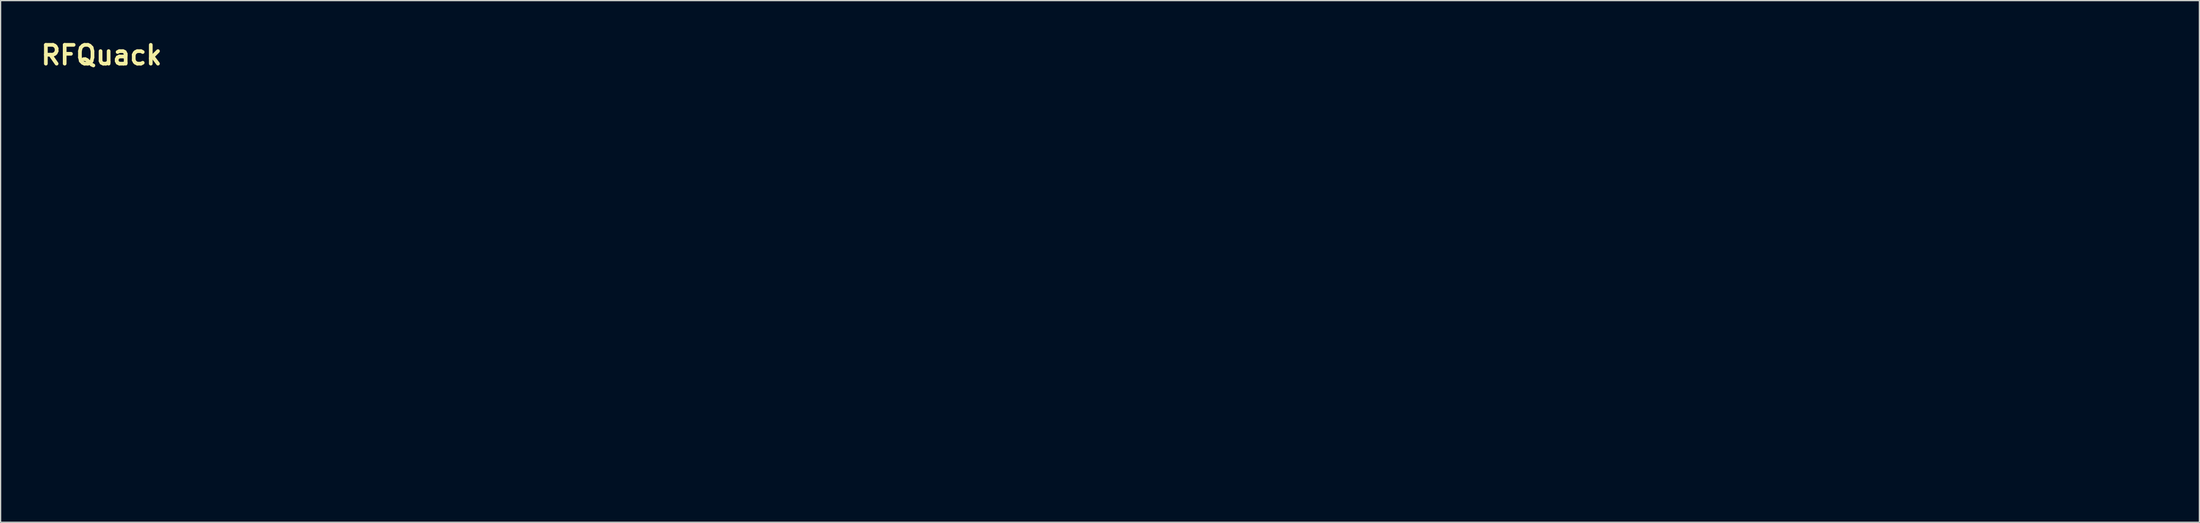
<source format=kicad_pcb>
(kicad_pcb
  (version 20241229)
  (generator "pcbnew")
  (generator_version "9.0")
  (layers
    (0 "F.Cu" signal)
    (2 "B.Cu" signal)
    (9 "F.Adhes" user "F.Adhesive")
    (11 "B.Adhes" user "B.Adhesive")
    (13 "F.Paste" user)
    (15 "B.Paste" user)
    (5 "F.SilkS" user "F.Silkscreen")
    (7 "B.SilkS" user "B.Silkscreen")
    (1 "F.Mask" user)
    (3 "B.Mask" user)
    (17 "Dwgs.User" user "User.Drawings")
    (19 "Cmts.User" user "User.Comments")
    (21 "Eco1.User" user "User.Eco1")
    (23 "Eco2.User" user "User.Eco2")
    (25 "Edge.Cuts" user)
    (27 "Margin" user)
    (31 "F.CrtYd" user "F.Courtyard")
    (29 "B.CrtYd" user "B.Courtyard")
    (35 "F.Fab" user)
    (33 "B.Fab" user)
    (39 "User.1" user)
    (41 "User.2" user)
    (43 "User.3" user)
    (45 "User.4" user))
  (footprint "RFQuack"
    (layer "F.Cu")
    (at 87.66 20.418)
    (property "Reference" "RFQuack" (at -82.5 -19 0) (layer "F.SilkS") (effects (font (size 1.524 1.524) (thickness 0.3))))
    (attr through_hole)
    (fp_poly (pts (xy -36.745 -9.61) (xy -36.788 -9.567) (xy -36.83 -9.61) (xy -36.788 -9.652) (xy -36.745 -9.61)) (stroke (width 0.01) (type solid)) (fill no) (layer "Eco2.User"))
    (fp_poly (pts (xy -30.057 -14.69) (xy -30.099 -14.647) (xy -30.141 -14.69) (xy -30.099 -14.732) (xy -30.057 -14.69)) (stroke (width 0.01) (type solid)) (fill no) (layer "Eco2.User"))
    (fp_poly (pts (xy -11.612 -9.702) (xy -11.522 -9.624) (xy -11.515 -9.605) (xy -11.555 -9.57) (xy -11.639 -9.648) (xy -11.65 -9.665) (xy -11.66 -9.723) (xy -11.612 -9.702)) (stroke (width 0.01) (type solid)) (fill no) (layer "Eco2.User"))
    (fp_poly (pts (xy -36.518 -9.936) (xy -36.534 -9.906) (xy -36.613 -9.825) (xy -36.628 -9.821) (xy -36.634 -9.876) (xy -36.618 -9.906) (xy -36.539 -9.987) (xy -36.524 -9.991) (xy -36.518 -9.936)) (stroke (width 0.01) (type solid)) (fill no) (layer "Eco2.User"))
    (fp_poly (pts (xy -41.233 -10.583) (xy -53.171 -10.583) (xy -53.171 -1.947) (xy -43.095 -1.947) (xy -43.095 2.709) (xy -53.171 2.709) (xy -53.171 14.986) (xy -58.589 14.986) (xy -58.589 -15.24) (xy -41.233 -15.24) (xy -41.233 -10.583)) (stroke (width 0.01) (type solid)) (fill no) (layer "Eco2.User"))
    (fp_poly (pts (xy -17.576 -5.55) (xy -17.4 -5.483) (xy -17.208 -5.386) (xy -17.061 -5.289) (xy -17.018 -5.234) (xy -17.022 -5.185) (xy -17.058 -5.18) (xy -17.167 -5.229) (xy -17.386 -5.344) (xy -17.574 -5.455) (xy -17.669 -5.537) (xy -17.671 -5.555) (xy -17.576 -5.55)) (stroke (width 0.01) (type solid)) (fill no) (layer "Eco2.User"))
    (fp_poly (pts (xy -22.85 -6.597) (xy -22.806 -6.558) (xy -22.88 -6.46) (xy -22.889 -6.449) (xy -23.021 -6.195) (xy -23.009 -5.922) (xy -22.865 -5.676) (xy -22.618 -5.508) (xy -22.407 -5.45) (xy -22.213 -5.491) (xy -22.107 -5.541) (xy -21.844 -5.677) (xy -21.844 -5.442) (xy -21.922 -5.069) (xy -22.13 -4.755) (xy -22.432 -4.519) (xy -22.796 -4.384) (xy -23.183 -4.372) (xy -23.453 -4.449) (xy -23.802 -4.684) (xy -24.022 -5.026) (xy -24.036 -5.09) (xy -23.596 -5.09) (xy -23.488 -4.937) (xy -23.346 -4.848) (xy -23.283 -4.826) (xy -23.181 -4.87) (xy -23.079 -4.937) (xy -22.966 -5.105) (xy -22.993 -5.3) (xy -23.135 -5.451) (xy -23.324 -5.496) (xy -23.485 -5.418) (xy -23.587 -5.267) (xy -23.596 -5.09) (xy -24.036 -5.09) (xy -24.109 -5.41) (xy -24.072 -5.829) (xy -23.896 -6.183) (xy -23.607 -6.445) (xy -23.229 -6.586) (xy -23.037 -6.603) (xy -22.85 -6.597)) (stroke (width 0.01) (type solid)) (fill no) (layer "Eco2.User"))
    (fp_poly (pts (xy -23.381 -15.694) (xy -22.753 -15.676) (xy -22.198 -15.648) (xy -21.749 -15.61) (xy -21.463 -15.568) (xy -21.154 -15.499) (xy -20.972 -15.423) (xy -20.904 -15.308) (xy -20.936 -15.119) (xy -21.056 -14.823) (xy -21.125 -14.671) (xy -21.424 -14.172) (xy -21.839 -13.704) (xy -22.331 -13.303) (xy -22.857 -12.999) (xy -23.368 -12.83) (xy -23.613 -12.778) (xy -23.804 -12.733) (xy -23.812 -12.73) (xy -23.893 -12.727) (xy -23.938 -12.798) (xy -23.956 -12.976) (xy -23.958 -13.223) (xy -23.933 -13.6) (xy -23.866 -13.861) (xy -23.831 -13.923) (xy -23.732 -14.108) (xy -23.707 -14.227) (xy -23.78 -14.414) (xy -23.956 -14.572) (xy -24.172 -14.647) (xy -24.194 -14.647) (xy -24.417 -14.579) (xy -24.572 -14.41) (xy -24.637 -14.192) (xy -24.59 -13.98) (xy -24.511 -13.885) (xy -24.43 -13.74) (xy -24.39 -13.463) (xy -24.384 -13.24) (xy -24.393 -12.964) (xy -24.417 -12.773) (xy -24.448 -12.709) (xy -24.564 -12.73) (xy -24.779 -12.772) (xy -24.871 -12.79) (xy -25.456 -12.98) (xy -26.026 -13.301) (xy -26.541 -13.722) (xy -26.96 -14.209) (xy -27.206 -14.638) (xy -27.367 -15.006) (xy -27.455 -15.248) (xy -27.455 -15.395) (xy -27.356 -15.48) (xy -27.144 -15.535) (xy -26.82 -15.589) (xy -26.452 -15.633) (xy -25.958 -15.666) (xy -25.37 -15.688) (xy -24.723 -15.7) (xy -24.049 -15.702) (xy -23.381 -15.694)) (stroke (width 0.01) (type solid)) (fill no) (layer "Eco2.User"))
    (fp_poly (pts (xy -22.345 -7.796) (xy -21.778 -7.579) (xy -21.302 -7.234) (xy -20.934 -6.778) (xy -20.69 -6.224) (xy -20.594 -5.698) (xy -20.603 -5.096) (xy -20.744 -4.569) (xy -21.03 -4.069) (xy -21.071 -4.015) (xy -21.487 -3.596) (xy -21.996 -3.292) (xy -22.562 -3.115) (xy -23.149 -3.076) (xy -23.72 -3.184) (xy -23.751 -3.195) (xy -24.288 -3.443) (xy -24.703 -3.77) (xy -24.963 -4.091) (xy -25.216 -4.53) (xy -25.353 -4.965) (xy -25.393 -5.411) (xy -25.301 -5.411) (xy -25.221 -4.866) (xy -25.008 -4.352) (xy -24.664 -3.894) (xy -24.188 -3.519) (xy -24.159 -3.501) (xy -23.879 -3.355) (xy -23.608 -3.241) (xy -23.509 -3.209) (xy -23.076 -3.164) (xy -22.586 -3.216) (xy -22.111 -3.354) (xy -21.905 -3.45) (xy -21.418 -3.801) (xy -21.051 -4.24) (xy -20.807 -4.742) (xy -20.689 -5.28) (xy -20.697 -5.827) (xy -20.836 -6.357) (xy -21.106 -6.843) (xy -21.51 -7.26) (xy -21.585 -7.317) (xy -22.025 -7.587) (xy -22.457 -7.736) (xy -22.945 -7.779) (xy -23.22 -7.768) (xy -23.569 -7.731) (xy -23.828 -7.661) (xy -24.076 -7.531) (xy -24.279 -7.394) (xy -24.738 -6.978) (xy -25.06 -6.492) (xy -25.248 -5.961) (xy -25.301 -5.411) (xy -25.393 -5.411) (xy -25.399 -5.47) (xy -25.399 -5.537) (xy -25.32 -6.148) (xy -25.096 -6.693) (xy -24.747 -7.156) (xy -24.29 -7.518) (xy -23.744 -7.761) (xy -23.127 -7.869) (xy -22.987 -7.872) (xy -22.345 -7.796)) (stroke (width 0.01) (type solid)) (fill no) (layer "Eco2.User"))
    (fp_poly (pts (xy 12.579 -6.689) (xy 15.24 -6.689) (xy 15.24 14.986) (xy 10.051 14.986) (xy 10.094 12.996) (xy 10.104 12.436) (xy 10.108 11.937) (xy 10.108 11.523) (xy 10.102 11.216) (xy 10.092 11.04) (xy 10.083 11.007) (xy 10.014 11.074) (xy 9.905 11.244) (xy 9.862 11.323) (xy 9.734 11.535) (xy 9.537 11.83) (xy 9.307 12.154) (xy 9.217 12.275) (xy 8.512 13.08) (xy 7.678 13.796) (xy 6.737 14.407) (xy 5.715 14.899) (xy 4.815 15.207) (xy 4.484 15.294) (xy 4.18 15.357) (xy 3.86 15.401) (xy 3.484 15.43) (xy 3.01 15.45) (xy 2.582 15.46) (xy 1.998 15.469) (xy 1.541 15.466) (xy 1.17 15.447) (xy 0.843 15.411) (xy 0.517 15.355) (xy 0.357 15.322) (xy -0.484 15.107) (xy -1.202 14.847) (xy -1.837 14.526) (xy -2.118 14.35) (xy -2.882 13.742) (xy -3.528 13.014) (xy -4.054 12.167) (xy -4.458 11.207) (xy -4.489 11.112) (xy -4.577 10.841) (xy -4.654 10.596) (xy -4.721 10.366) (xy -4.78 10.138) (xy -4.831 9.902) (xy -4.875 9.645) (xy -4.912 9.356) (xy -4.942 9.022) (xy -4.967 8.633) (xy -4.988 8.177) (xy -5.004 7.642) (xy -5.017 7.015) (xy -5.027 6.287) (xy -5.034 5.444) (xy -5.041 4.475) (xy -5.046 3.369) (xy -5.052 2.113) (xy -5.056 1.122) (xy -5.089 -6.689) (xy 0.339 -6.689) (xy 0.34 0.36) (xy 0.341 1.679) (xy 0.341 2.841) (xy 0.344 3.857) (xy 0.348 4.738) (xy 0.355 5.496) (xy 0.365 6.142) (xy 0.38 6.689) (xy 0.399 7.148) (xy 0.424 7.529) (xy 0.455 7.846) (xy 0.493 8.109) (xy 0.538 8.33) (xy 0.591 8.521) (xy 0.654 8.693) (xy 0.726 8.858) (xy 0.809 9.027) (xy 0.866 9.141) (xy 1.202 9.665) (xy 1.624 10.069) (xy 2.145 10.357) (xy 2.776 10.536) (xy 3.531 10.613) (xy 3.852 10.616) (xy 4.799 10.541) (xy 5.66 10.329) (xy 6.454 9.972) (xy 7.199 9.462) (xy 7.875 8.831) (xy 8.521 8.03) (xy 9.045 7.117) (xy 9.449 6.088) (xy 9.624 5.461) (xy 9.85 4.53) (xy 9.918 -6.689) (xy 12.579 -6.689)) (stroke (width 0.01) (type solid)) (fill no) (layer "Eco2.User"))
    (fp_poly (pts (xy 69.532 -7.133) (xy 69.554 0.974) (xy 70.855 0.997) (xy 71.436 1.002) (xy 71.858 0.992) (xy 72.133 0.966) (xy 72.27 0.925) (xy 72.275 0.921) (xy 72.346 0.833) (xy 72.501 0.619) (xy 72.733 0.292) (xy 73.03 -0.133) (xy 73.383 -0.642) (xy 73.783 -1.222) (xy 74.22 -1.859) (xy 74.685 -2.538) (xy 74.738 -2.616) (xy 75.209 -3.308) (xy 75.658 -3.966) (xy 76.073 -4.575) (xy 76.445 -5.121) (xy 76.763 -5.587) (xy 77.018 -5.96) (xy 77.198 -6.224) (xy 77.293 -6.364) (xy 77.296 -6.368) (xy 77.512 -6.682) (xy 80.454 -6.685) (xy 81.141 -6.685) (xy 81.771 -6.682) (xy 82.325 -6.677) (xy 82.783 -6.67) (xy 83.127 -6.661) (xy 83.338 -6.651) (xy 83.397 -6.642) (xy 83.349 -6.565) (xy 83.214 -6.365) (xy 83.001 -6.056) (xy 82.721 -5.652) (xy 82.383 -5.169) (xy 81.998 -4.62) (xy 81.576 -4.021) (xy 81.35 -3.7) (xy 80.56 -2.583) (xy 79.864 -1.597) (xy 79.253 -0.732) (xy 78.724 0.019) (xy 78.27 0.664) (xy 77.887 1.211) (xy 77.567 1.669) (xy 77.306 2.046) (xy 77.099 2.349) (xy 76.938 2.587) (xy 76.82 2.768) (xy 76.738 2.9) (xy 76.686 2.991) (xy 76.66 3.049) (xy 76.653 3.082) (xy 76.654 3.092) (xy 76.704 3.174) (xy 76.838 3.386) (xy 77.047 3.715) (xy 77.323 4.146) (xy 77.658 4.669) (xy 78.044 5.268) (xy 78.471 5.933) (xy 78.932 6.649) (xy 79.419 7.404) (xy 79.922 8.185) (xy 80.435 8.979) (xy 80.948 9.773) (xy 81.452 10.555) (xy 81.941 11.31) (xy 82.405 12.027) (xy 82.836 12.693) (xy 83.226 13.294) (xy 83.567 13.818) (xy 83.849 14.252) (xy 84.065 14.582) (xy 84.207 14.797) (xy 84.265 14.881) (xy 84.258 14.91) (xy 84.178 14.932) (xy 84.012 14.949) (xy 83.747 14.961) (xy 83.368 14.969) (xy 82.863 14.972) (xy 82.219 14.971) (xy 81.421 14.967) (xy 81.243 14.966) (xy 78.135 14.944) (xy 76.191 11.726) (xy 75.744 10.986) (xy 75.288 10.232) (xy 74.839 9.489) (xy 74.411 8.781) (xy 74.021 8.134) (xy 73.682 7.574) (xy 73.411 7.125) (xy 73.339 7.006) (xy 72.432 5.503) (xy 70.972 5.503) (xy 69.511 5.503) (xy 69.511 14.986) (xy 64.177 14.986) (xy 64.177 -15.24) (xy 69.51 -15.24) (xy 69.532 -7.133)) (stroke (width 0.01) (type solid)) (fill no) (layer "Eco2.User"))
    (fp_poly (pts (xy 53.801 -7.115) (xy 55.013 -6.932) (xy 56.148 -6.656) (xy 56.464 -6.556) (xy 57.248 -6.256) (xy 58.037 -5.885) (xy 58.794 -5.465) (xy 59.484 -5.016) (xy 60.069 -4.56) (xy 60.387 -4.258) (xy 60.619 -4.015) (xy 60.344 -3.595) (xy 60.208 -3.385) (xy 60.002 -3.064) (xy 59.747 -2.667) (xy 59.465 -2.225) (xy 59.233 -1.863) (xy 58.964 -1.441) (xy 58.723 -1.068) (xy 58.528 -0.767) (xy 58.392 -0.563) (xy 58.334 -0.48) (xy 58.244 -0.498) (xy 58.052 -0.602) (xy 57.789 -0.775) (xy 57.562 -0.937) (xy 56.857 -1.406) (xy 56.074 -1.832) (xy 55.27 -2.186) (xy 54.504 -2.439) (xy 54.398 -2.466) (xy 53.71 -2.59) (xy 52.946 -2.652) (xy 52.163 -2.653) (xy 51.42 -2.592) (xy 50.776 -2.469) (xy 50.766 -2.467) (xy 49.774 -2.115) (xy 48.873 -1.625) (xy 48.073 -1.005) (xy 47.381 -0.264) (xy 46.807 0.589) (xy 46.36 1.546) (xy 46.133 2.248) (xy 46.026 2.789) (xy 45.961 3.432) (xy 45.937 4.12) (xy 45.955 4.798) (xy 46.017 5.411) (xy 46.093 5.8) (xy 46.282 6.385) (xy 46.551 7.027) (xy 46.87 7.661) (xy 47.207 8.222) (xy 47.364 8.444) (xy 47.976 9.122) (xy 48.716 9.724) (xy 49.55 10.23) (xy 50.447 10.618) (xy 50.927 10.765) (xy 51.61 10.894) (xy 52.389 10.954) (xy 53.205 10.946) (xy 53.999 10.87) (xy 54.695 10.732) (xy 55.722 10.39) (xy 56.751 9.919) (xy 57.728 9.347) (xy 58.6 8.702) (xy 58.684 8.631) (xy 59.16 8.22) (xy 59.624 9.084) (xy 59.854 9.51) (xy 60.128 10.019) (xy 60.413 10.545) (xy 60.656 10.992) (xy 61.222 12.036) (xy 60.826 12.389) (xy 59.964 13.075) (xy 58.986 13.712) (xy 57.947 14.27) (xy 56.899 14.718) (xy 56.492 14.86) (xy 55.855 15.053) (xy 55.28 15.2) (xy 54.722 15.306) (xy 54.138 15.378) (xy 53.482 15.424) (xy 52.711 15.448) (xy 52.536 15.452) (xy 52 15.458) (xy 51.508 15.46) (xy 51.09 15.458) (xy 50.777 15.452) (xy 50.598 15.442) (xy 50.588 15.441) (xy 49.151 15.165) (xy 47.838 14.783) (xy 46.637 14.29) (xy 45.535 13.68) (xy 44.52 12.946) (xy 43.716 12.222) (xy 42.841 11.237) (xy 42.096 10.152) (xy 41.486 8.98) (xy 41.016 7.735) (xy 40.692 6.431) (xy 40.519 5.082) (xy 40.501 3.701) (xy 40.504 3.641) (xy 40.606 2.465) (xy 40.798 1.389) (xy 41.092 0.363) (xy 41.501 -0.664) (xy 41.608 -0.896) (xy 42.249 -2.062) (xy 43.021 -3.125) (xy 43.915 -4.08) (xy 44.925 -4.92) (xy 46.042 -5.64) (xy 47.258 -6.234) (xy 48.566 -6.698) (xy 49.957 -7.024) (xy 50.207 -7.067) (xy 51.346 -7.187) (xy 52.561 -7.201) (xy 53.801 -7.115)) (stroke (width 0.01) (type solid)) (fill no) (layer "Eco2.User"))
    (fp_poly (pts (xy -77.872 -15.218) (xy -76.607 -15.212) (xy -75.499 -15.205) (xy -74.534 -15.197) (xy -73.7 -15.188) (xy -72.983 -15.176) (xy -72.371 -15.161) (xy -71.85 -15.143) (xy -71.408 -15.119) (xy -71.032 -15.091) (xy -70.709 -15.056) (xy -70.426 -15.014) (xy -70.169 -14.965) (xy -69.927 -14.908) (xy -69.686 -14.842) (xy -69.433 -14.766) (xy -69.337 -14.737) (xy -68.358 -14.35) (xy -67.413 -13.817) (xy -66.533 -13.163) (xy -65.751 -12.41) (xy -65.109 -11.599) (xy -64.565 -10.655) (xy -64.135 -9.608) (xy -63.824 -8.483) (xy -63.636 -7.307) (xy -63.579 -6.106) (xy -63.655 -4.907) (xy -63.71 -4.525) (xy -63.98 -3.33) (xy -64.386 -2.209) (xy -64.92 -1.174) (xy -65.574 -0.236) (xy -66.339 0.591) (xy -67.206 1.297) (xy -68.135 1.853) (xy -68.397 1.989) (xy -68.586 2.098) (xy -68.664 2.156) (xy -68.665 2.158) (xy -68.62 2.24) (xy -68.502 2.428) (xy -68.331 2.688) (xy -68.247 2.813) (xy -68.101 3.041) (xy -67.889 3.395) (xy -67.623 3.849) (xy -67.318 4.38) (xy -66.988 4.965) (xy -66.646 5.578) (xy -66.499 5.842) (xy -66.075 6.612) (xy -65.715 7.266) (xy -65.4 7.838) (xy -65.112 8.361) (xy -64.834 8.867) (xy -64.546 9.39) (xy -64.23 9.963) (xy -63.87 10.619) (xy -63.785 10.774) (xy -63.536 11.226) (xy -63.248 11.749) (xy -62.963 12.268) (xy -62.795 12.573) (xy -62.549 13.021) (xy -62.285 13.502) (xy -62.039 13.95) (xy -61.889 14.224) (xy -61.496 14.944) (xy -64.509 14.967) (xy -65.339 14.972) (xy -66.013 14.974) (xy -66.547 14.971) (xy -66.953 14.963) (xy -67.247 14.95) (xy -67.441 14.931) (xy -67.551 14.907) (xy -67.588 14.882) (xy -67.64 14.788) (xy -67.764 14.559) (xy -67.95 14.21) (xy -68.192 13.758) (xy -68.48 13.217) (xy -68.807 12.603) (xy -69.165 11.93) (xy -69.52 11.261) (xy -69.947 10.456) (xy -70.392 9.62) (xy -70.839 8.78) (xy -71.272 7.965) (xy -71.678 7.202) (xy -72.042 6.52) (xy -72.347 5.947) (xy -72.459 5.737) (xy -73.533 3.727) (xy -78.909 3.725) (xy -78.909 14.986) (xy -84.328 14.986) (xy -84.328 -10.583) (xy -78.909 -10.583) (xy -78.909 -1.001) (xy -75.84 -1.036) (xy -75.015 -1.047) (xy -74.34 -1.058) (xy -73.797 -1.07) (xy -73.368 -1.085) (xy -73.034 -1.104) (xy -72.776 -1.127) (xy -72.576 -1.155) (xy -72.414 -1.191) (xy -72.305 -1.222) (xy -71.482 -1.551) (xy -70.799 -1.965) (xy -70.239 -2.478) (xy -69.789 -3.102) (xy -69.434 -3.852) (xy -69.411 -3.912) (xy -69.291 -4.26) (xy -69.211 -4.57) (xy -69.159 -4.899) (xy -69.127 -5.304) (xy -69.112 -5.63) (xy -69.13 -6.625) (xy -69.269 -7.503) (xy -69.529 -8.264) (xy -69.912 -8.912) (xy -70.42 -9.449) (xy -71.054 -9.877) (xy -71.662 -10.147) (xy -71.996 -10.261) (xy -72.32 -10.354) (xy -72.656 -10.427) (xy -73.027 -10.483) (xy -73.454 -10.525) (xy -73.96 -10.553) (xy -74.567 -10.571) (xy -75.297 -10.581) (xy -76.173 -10.583) (xy -76.237 -10.583) (xy -78.909 -10.583) (xy -84.328 -10.583) (xy -84.328 -15.25) (xy -77.872 -15.218)) (stroke (width 0.01) (type solid)) (fill no) (layer "Eco2.User"))
    (fp_poly (pts (xy 28.828 -7.149) (xy 29.365 -7.14) (xy 29.794 -7.122) (xy 30.144 -7.094) (xy 30.447 -7.052) (xy 30.717 -7) (xy 31.932 -6.664) (xy 33.018 -6.22) (xy 33.977 -5.665) (xy 34.811 -4.997) (xy 35.523 -4.213) (xy 36.114 -3.312) (xy 36.587 -2.29) (xy 36.944 -1.146) (xy 37.057 -0.644) (xy 37.082 -0.506) (xy 37.103 -0.342) (xy 37.123 -0.141) (xy 37.139 0.108) (xy 37.154 0.416) (xy 37.167 0.795) (xy 37.178 1.255) (xy 37.188 1.807) (xy 37.197 2.464) (xy 37.204 3.235) (xy 37.211 4.133) (xy 37.218 5.168) (xy 37.224 6.351) (xy 37.229 7.514) (xy 37.263 14.986) (xy 32.343 14.986) (xy 32.343 13.335) (xy 32.338 12.722) (xy 32.326 12.242) (xy 32.306 11.904) (xy 32.279 11.718) (xy 32.258 11.684) (xy 32.177 11.75) (xy 32.173 11.778) (xy 32.12 11.932) (xy 31.976 12.176) (xy 31.765 12.48) (xy 31.512 12.811) (xy 31.241 13.135) (xy 30.977 13.422) (xy 30.871 13.525) (xy 30.009 14.219) (xy 29.063 14.766) (xy 28.032 15.168) (xy 27.192 15.375) (xy 26.887 15.416) (xy 26.475 15.449) (xy 26.001 15.472) (xy 25.509 15.484) (xy 25.044 15.484) (xy 24.651 15.472) (xy 24.374 15.446) (xy 24.342 15.44) (xy 23.369 15.213) (xy 22.536 14.951) (xy 21.813 14.64) (xy 21.17 14.265) (xy 20.579 13.812) (xy 20.01 13.265) (xy 20.002 13.257) (xy 19.408 12.547) (xy 18.954 11.81) (xy 18.629 11.016) (xy 18.42 10.139) (xy 18.316 9.148) (xy 18.315 9.142) (xy 18.327 8.467) (xy 23.679 8.467) (xy 23.75 9.157) (xy 23.966 9.77) (xy 24.314 10.297) (xy 24.786 10.727) (xy 25.368 11.051) (xy 26.049 11.258) (xy 26.82 11.338) (xy 26.882 11.339) (xy 27.265 11.328) (xy 27.638 11.299) (xy 27.924 11.257) (xy 27.94 11.253) (xy 28.668 11.002) (xy 29.357 10.603) (xy 29.994 10.077) (xy 30.565 9.443) (xy 31.053 8.722) (xy 31.447 7.934) (xy 31.73 7.099) (xy 31.888 6.237) (xy 31.918 5.694) (xy 31.919 5.08) (xy 30.544 5.082) (xy 29.237 5.122) (xy 28.061 5.238) (xy 27.016 5.429) (xy 26.107 5.693) (xy 25.337 6.029) (xy 24.71 6.434) (xy 24.228 6.907) (xy 23.895 7.446) (xy 23.713 8.05) (xy 23.679 8.467) (xy 18.327 8.467) (xy 18.333 8.077) (xy 18.502 7.089) (xy 18.821 6.178) (xy 19.291 5.345) (xy 19.912 4.588) (xy 20.683 3.91) (xy 21.605 3.308) (xy 22.056 3.069) (xy 23.172 2.588) (xy 24.425 2.188) (xy 25.8 1.87) (xy 27.283 1.638) (xy 28.86 1.494) (xy 30.517 1.44) (xy 30.628 1.44) (xy 31.919 1.439) (xy 31.919 1.079) (xy 31.877 0.495) (xy 31.765 -0.118) (xy 31.599 -0.678) (xy 31.523 -0.865) (xy 31.285 -1.267) (xy 30.947 -1.679) (xy 30.559 -2.045) (xy 30.175 -2.311) (xy 30.153 -2.322) (xy 29.619 -2.532) (xy 28.965 -2.682) (xy 28.231 -2.769) (xy 27.458 -2.789) (xy 26.684 -2.74) (xy 26.166 -2.663) (xy 25.453 -2.49) (xy 24.671 -2.236) (xy 23.873 -1.923) (xy 23.111 -1.572) (xy 22.437 -1.205) (xy 22.125 -1.005) (xy 21.916 -0.866) (xy 21.769 -0.778) (xy 21.731 -0.762) (xy 21.683 -0.833) (xy 21.57 -1.03) (xy 21.405 -1.329) (xy 21.201 -1.705) (xy 20.972 -2.133) (xy 20.73 -2.59) (xy 20.487 -3.05) (xy 20.258 -3.49) (xy 20.054 -3.884) (xy 19.89 -4.208) (xy 19.777 -4.438) (xy 19.728 -4.549) (xy 19.727 -4.554) (xy 19.791 -4.641) (xy 19.918 -4.737) (xy 20.992 -5.377) (xy 22.024 -5.897) (xy 23.066 -6.319) (xy 24.17 -6.664) (xy 25.231 -6.921) (xy 25.601 -6.997) (xy 25.924 -7.055) (xy 26.234 -7.096) (xy 26.569 -7.123) (xy 26.962 -7.139) (xy 27.449 -7.148) (xy 28.066 -7.151) (xy 28.152 -7.151) (xy 28.828 -7.149)) (stroke (width 0.01) (type solid)) (fill no) (layer "Eco2.User"))
    (fp_poly (pts (xy -27.698 -15.339) (xy -27.686 -15.261) (xy -27.637 -15.04) (xy -27.505 -14.732) (xy -27.315 -14.379) (xy -27.091 -14.026) (xy -26.858 -13.716) (xy -26.805 -13.656) (xy -26.405 -13.295) (xy -25.911 -12.973) (xy -25.383 -12.723) (xy -24.88 -12.576) (xy -24.8 -12.564) (xy -24.384 -12.509) (xy -24.384 -11.715) (xy -24.382 -11.346) (xy -24.372 -11.114) (xy -24.345 -10.987) (xy -24.291 -10.934) (xy -24.204 -10.922) (xy -24.172 -10.922) (xy -24.074 -10.928) (xy -24.012 -10.966) (xy -23.978 -11.069) (xy -23.964 -11.269) (xy -23.961 -11.597) (xy -23.961 -11.715) (xy -23.961 -12.509) (xy -23.558 -12.563) (xy -23.065 -12.687) (xy -22.535 -12.916) (xy -22.034 -13.22) (xy -21.857 -13.355) (xy -21.506 -13.705) (xy -21.175 -14.147) (xy -20.904 -14.617) (xy -20.746 -15.02) (xy -20.701 -15.184) (xy -20.657 -15.293) (xy -20.586 -15.349) (xy -20.459 -15.356) (xy -20.249 -15.314) (xy -19.928 -15.225) (xy -19.516 -15.106) (xy -19.043 -14.965) (xy -18.668 -14.843) (xy -18.408 -14.746) (xy -18.278 -14.681) (xy -18.294 -14.654) (xy -18.3 -14.653) (xy -18.422 -14.575) (xy -18.497 -14.416) (xy -18.614 -14.074) (xy -18.806 -13.65) (xy -19.043 -13.198) (xy -19.298 -12.771) (xy -19.497 -12.484) (xy -20.085 -11.838) (xy -20.813 -11.26) (xy -21.381 -10.912) (xy -21.674 -10.737) (xy -21.81 -10.616) (xy -21.789 -10.54) (xy -21.612 -10.504) (xy -21.427 -10.499) (xy -21.207 -10.557) (xy -20.902 -10.719) (xy -20.542 -10.961) (xy -20.158 -11.264) (xy -19.778 -11.604) (xy -19.491 -11.897) (xy -19.237 -12.209) (xy -18.967 -12.601) (xy -18.702 -13.035) (xy -18.462 -13.474) (xy -18.268 -13.881) (xy -18.141 -14.218) (xy -18.101 -14.403) (xy -18.082 -14.543) (xy -18.021 -14.582) (xy -17.872 -14.535) (xy -17.784 -14.499) (xy -17.45 -14.35) (xy -17.061 -14.16) (xy -16.644 -13.944) (xy -16.227 -13.719) (xy -15.836 -13.498) (xy -15.499 -13.298) (xy -15.243 -13.134) (xy -15.096 -13.02) (xy -15.071 -12.984) (xy -15.125 -12.979) (xy -15.148 -12.992) (xy -15.213 -12.94) (xy -15.33 -12.761) (xy -15.484 -12.484) (xy -15.656 -12.141) (xy -16.109 -11.279) (xy -16.603 -10.525) (xy -17.178 -9.819) (xy -17.46 -9.516) (xy -17.725 -9.234) (xy -17.884 -9.044) (xy -17.952 -8.922) (xy -17.944 -8.844) (xy -17.915 -8.812) (xy -17.789 -8.757) (xy -17.631 -8.816) (xy -17.584 -8.845) (xy -17.389 -9.009) (xy -17.121 -9.285) (xy -16.806 -9.645) (xy -16.467 -10.061) (xy -16.135 -10.497) (xy -15.932 -10.8) (xy -15.709 -11.172) (xy -15.486 -11.576) (xy -15.281 -11.977) (xy -15.113 -12.338) (xy -15.001 -12.622) (xy -14.964 -12.773) (xy -14.921 -12.888) (xy -14.862 -12.88) (xy -14.398 -12.515) (xy -13.882 -12.076) (xy -13.372 -11.614) (xy -12.929 -11.183) (xy -12.867 -11.12) (xy -12.571 -10.808) (xy -12.301 -10.517) (xy -12.074 -10.266) (xy -11.906 -10.074) (xy -11.814 -9.96) (xy -11.815 -9.941) (xy -11.848 -9.968) (xy -11.921 -9.997) (xy -12.004 -9.941) (xy -12.119 -9.779) (xy -12.284 -9.488) (xy -12.3 -9.46) (xy -12.941 -8.423) (xy -13.738 -7.387) (xy -14.368 -6.688) (xy -15.147 -5.873) (xy -14.983 -5.603) (xy -14.863 -5.428) (xy -14.776 -5.337) (xy -14.765 -5.334) (xy -14.658 -5.394) (xy -14.461 -5.558) (xy -14.198 -5.805) (xy -13.891 -6.112) (xy -13.564 -6.458) (xy -13.436 -6.599) (xy -13.038 -7.07) (xy -12.62 -7.613) (xy -12.22 -8.175) (xy -11.873 -8.709) (xy -11.65 -9.094) (xy -11.436 -9.497) (xy -10.973 -8.78) (xy -10.181 -7.399) (xy -9.546 -5.953) (xy -9.067 -4.443) (xy -8.744 -2.869) (xy -8.579 -1.231) (xy -8.555 -0.296) (xy -8.632 1.307) (xy -8.867 2.858) (xy -9.261 4.363) (xy -9.816 5.832) (xy -10.537 7.272) (xy -11.22 8.389) (xy -11.474 8.777) (xy -11.645 9.049) (xy -11.743 9.23) (xy -11.778 9.346) (xy -11.763 9.42) (xy -11.709 9.479) (xy -11.704 9.483) (xy -11.6 9.573) (xy -11.389 9.76) (xy -11.091 10.026) (xy -10.725 10.353) (xy -10.311 10.725) (xy -10.008 10.998) (xy -9.523 11.436) (xy -9.153 11.778) (xy -8.884 12.035) (xy -8.704 12.223) (xy -8.598 12.355) (xy -8.556 12.444) (xy -8.562 12.506) (xy -8.572 12.522) (xy -8.659 12.624) (xy -8.84 12.828) (xy -9.094 13.114) (xy -9.401 13.458) (xy -9.742 13.838) (xy -10.097 14.232) (xy -10.444 14.618) (xy -10.765 14.972) (xy -11.039 15.274) (xy -11.246 15.499) (xy -11.344 15.604) (xy -11.569 15.841) (xy -13.262 14.192) (xy -14.956 12.544) (xy -15.5 12.924) (xy -16.425 13.505) (xy -17.458 14.043) (xy -18.54 14.509) (xy -19.611 14.875) (xy -19.854 14.943) (xy -20.469 15.102) (xy -21.013 15.224) (xy -21.527 15.314) (xy -22.047 15.378) (xy -22.614 15.418) (xy -23.264 15.44) (xy -24.037 15.448) (xy -24.215 15.449) (xy -24.885 15.448) (xy -25.418 15.441) (xy -25.847 15.427) (xy -26.204 15.404) (xy -26.522 15.369) (xy -26.833 15.32) (xy -27.155 15.259) (xy -28.783 14.854) (xy -30.304 14.32) (xy -31.724 13.653) (xy -33.047 12.851) (xy -34.28 11.91) (xy -35.428 10.828) (xy -35.454 10.8) (xy -36.526 9.56) (xy -37.448 8.241) (xy -38.219 6.847) (xy -38.838 5.38) (xy -39.304 3.843) (xy -39.616 2.238) (xy -39.773 0.569) (xy -39.788 -0.085) (xy -34.822 -0.085) (xy -34.738 1.266) (xy -34.493 2.562) (xy -34.091 3.801) (xy -33.531 4.976) (xy -32.817 6.086) (xy -31.949 7.124) (xy -31.772 7.308) (xy -30.813 8.189) (xy -29.813 8.915) (xy -28.745 9.502) (xy -27.587 9.963) (xy -26.719 10.216) (xy -25.647 10.432) (xy -24.589 10.526) (xy -23.498 10.499) (xy -22.352 10.357) (xy -21.073 10.063) (xy -19.864 9.616) (xy -18.723 9.015) (xy -17.646 8.258) (xy -16.631 7.345) (xy -16.436 7.143) (xy -15.567 6.113) (xy -14.851 5.008) (xy -14.283 3.824) (xy -13.86 2.554) (xy -13.841 2.48) (xy -13.768 2.155) (xy -13.698 1.766) (xy -13.634 1.346) (xy -13.581 0.927) (xy -13.542 0.541) (xy -13.521 0.223) (xy -13.521 0.003) (xy -13.547 -0.084) (xy -13.549 -0.085) (xy -13.619 -0.021) (xy -13.76 0.146) (xy -13.944 0.386) (xy -13.988 0.445) (xy -14.762 1.36) (xy -15.633 2.146) (xy -16.586 2.801) (xy -17.606 3.322) (xy -18.679 3.708) (xy -19.789 3.956) (xy -20.921 4.064) (xy -22.06 4.029) (xy -23.191 3.85) (xy -24.299 3.524) (xy -25.37 3.049) (xy -26.387 2.423) (xy -26.546 2.307) (xy -27.48 1.507) (xy -28.292 0.597) (xy -28.974 -0.409) (xy -29.515 -1.494) (xy -29.905 -2.645) (xy -29.978 -2.94) (xy -30.028 -3.211) (xy -30.073 -3.549) (xy -30.11 -3.916) (xy -30.137 -4.273) (xy -30.151 -4.583) (xy -30.148 -4.808) (xy -30.127 -4.909) (xy -30.122 -4.911) (xy -30.081 -4.836) (xy -30.058 -4.648) (xy -30.057 -4.578) (xy -30.016 -4.106) (xy -29.907 -3.554) (xy -29.744 -2.987) (xy -29.544 -2.472) (xy -29.516 -2.413) (xy -29.021 -1.554) (xy -28.42 -0.814) (xy -27.73 -0.197) (xy -26.966 0.295) (xy -26.146 0.66) (xy -25.285 0.893) (xy -24.399 0.994) (xy -23.505 0.959) (xy -22.619 0.786) (xy -21.757 0.471) (xy -20.936 0.013) (xy -20.171 -0.592) (xy -19.92 -0.838) (xy -19.326 -1.571) (xy -18.859 -2.396) (xy -18.622 -3.026) (xy -18.454 -3.026) (xy -18.397 -3.043) (xy -18.241 -3.147) (xy -18.02 -3.317) (xy -17.989 -3.343) (xy -17.7 -3.565) (xy -17.41 -3.764) (xy -17.205 -3.885) (xy -16.761 -4.073) (xy -16.273 -4.22) (xy -15.814 -4.305) (xy -15.6 -4.318) (xy -15.181 -4.364) (xy -14.9 -4.504) (xy -14.756 -4.74) (xy -14.733 -4.919) (xy -14.784 -5.142) (xy -14.951 -5.299) (xy -15.253 -5.402) (xy -15.591 -5.451) (xy -16.434 -5.612) (xy -17.206 -5.921) (xy -17.892 -6.371) (xy -18.14 -6.589) (xy -18.311 -6.748) (xy -18.408 -6.81) (xy -18.438 -6.757) (xy -18.411 -6.574) (xy -18.334 -6.244) (xy -18.329 -6.223) (xy -18.272 -5.899) (xy -18.229 -5.48) (xy -18.207 -5.043) (xy -18.206 -4.911) (xy -18.22 -4.483) (xy -18.257 -4.051) (xy -18.309 -3.688) (xy -18.329 -3.598) (xy -18.394 -3.321) (xy -18.439 -3.111) (xy -18.454 -3.026) (xy -18.622 -3.026) (xy -18.525 -3.285) (xy -18.332 -4.213) (xy -18.288 -5.154) (xy -18.4 -6.08) (xy -18.411 -6.134) (xy -18.699 -7.051) (xy -19.133 -7.905) (xy -19.695 -8.68) (xy -20.37 -9.358) (xy -21.14 -9.924) (xy -21.989 -10.359) (xy -22.86 -10.639) (xy -23.388 -10.721) (xy -24.028 -10.759) (xy -24.727 -10.753) (xy -25.435 -10.704) (xy -26.099 -10.612) (xy -26.241 -10.585) (xy -27.536 -10.238) (xy -28.754 -9.748) (xy -29.885 -9.125) (xy -30.921 -8.379) (xy -31.854 -7.52) (xy -32.676 -6.559) (xy -33.377 -5.507) (xy -33.949 -4.372) (xy -34.385 -3.167) (xy -34.676 -1.9) (xy -34.812 -0.583) (xy -34.822 -0.085) (xy -39.788 -0.085) (xy -39.793 -0.307) (xy -39.723 -1.932) (xy -39.512 -3.473) (xy -39.154 -4.948) (xy -38.646 -6.373) (xy -37.982 -7.764) (xy -37.447 -8.688) (xy -37.258 -8.981) (xy -37.094 -9.213) (xy -36.98 -9.351) (xy -36.95 -9.372) (xy -36.856 -9.326) (xy -36.755 -9.172) (xy -36.753 -9.167) (xy -36.567 -8.821) (xy -36.29 -8.386) (xy -35.945 -7.896) (xy -35.556 -7.379) (xy -35.149 -6.867) (xy -34.747 -6.391) (xy -34.374 -5.982) (xy -34.054 -5.671) (xy -33.925 -5.564) (xy -33.628 -5.337) (xy -33.448 -5.642) (xy -33.268 -5.946) (xy -34.015 -6.72) (xy -34.352 -7.081) (xy -34.69 -7.467) (xy -34.986 -7.825) (xy -35.17 -8.067) (xy -35.398 -8.398) (xy -35.639 -8.768) (xy -35.875 -9.147) (xy -36.088 -9.502) (xy -36.26 -9.805) (xy -36.372 -10.025) (xy -36.407 -10.125) (xy -36.348 -10.229) (xy -36.185 -10.423) (xy -35.942 -10.686) (xy -35.641 -10.995) (xy -35.305 -11.328) (xy -34.955 -11.663) (xy -34.615 -11.976) (xy -34.307 -12.246) (xy -34.121 -12.399) (xy -33.757 -12.684) (xy -33.509 -12.876) (xy -33.359 -12.987) (xy -33.291 -13.03) (xy -33.288 -13.014) (xy -33.331 -12.954) (xy -33.345 -12.936) (xy -33.387 -12.854) (xy -33.385 -12.74) (xy -33.332 -12.564) (xy -33.218 -12.298) (xy -33.039 -11.92) (xy -32.432 -10.825) (xy -31.705 -9.819) (xy -31.287 -9.335) (xy -31.024 -9.055) (xy -30.838 -8.891) (xy -30.699 -8.823) (xy -30.577 -8.837) (xy -30.485 -8.885) (xy -30.452 -8.946) (xy -30.497 -9.055) (xy -30.634 -9.234) (xy -30.875 -9.502) (xy -30.978 -9.611) (xy -31.517 -10.236) (xy -32.026 -10.934) (xy -32.467 -11.648) (xy -32.774 -12.255) (xy -32.908 -12.557) (xy -33.026 -12.811) (xy -33.102 -12.966) (xy -33.105 -12.971) (xy -33.121 -13.051) (xy -33.063 -13.144) (xy -32.909 -13.268) (xy -32.638 -13.444) (xy -32.48 -13.54) (xy -32.197 -13.703) (xy -31.849 -13.892) (xy -31.469 -14.089) (xy -31.09 -14.279) (xy -30.745 -14.445) (xy -30.468 -14.571) (xy -30.292 -14.639) (xy -30.255 -14.647) (xy -30.252 -14.593) (xy -30.266 -14.567) (xy -30.265 -14.438) (xy -30.198 -14.197) (xy -30.081 -13.88) (xy -29.928 -13.525) (xy -29.755 -13.166) (xy -29.577 -12.842) (xy -29.454 -12.648) (xy -29.165 -12.269) (xy -28.824 -11.882) (xy -28.454 -11.509) (xy -28.079 -11.168) (xy -27.721 -10.881) (xy -27.404 -10.666) (xy -27.151 -10.545) (xy -27 -10.531) (xy -26.752 -10.612) (xy -26.662 -10.674) (xy -26.728 -10.751) (xy -26.946 -10.873) (xy -26.967 -10.884) (xy -27.773 -11.407) (xy -28.489 -12.062) (xy -29.093 -12.826) (xy -29.382 -13.31) (xy -29.517 -13.584) (xy -29.655 -13.899) (xy -29.782 -14.217) (xy -29.883 -14.498) (xy -29.943 -14.701) (xy -29.947 -14.785) (xy -29.859 -14.819) (xy -29.644 -14.886) (xy -29.342 -14.976) (xy -28.988 -15.079) (xy -28.62 -15.184) (xy -28.277 -15.279) (xy -27.995 -15.355) (xy -27.811 -15.401) (xy -27.764 -15.409) (xy -27.698 -15.339)) (stroke (width 0.01) (type solid)) (fill no) (layer "Eco2.User")))
  (gr_rect
    (start -3 -3)
    (end 174.929 39.264)
    (stroke (width 0.1) (type default))
    (fill no)
    (layer "Edge.Cuts")))
</source>
